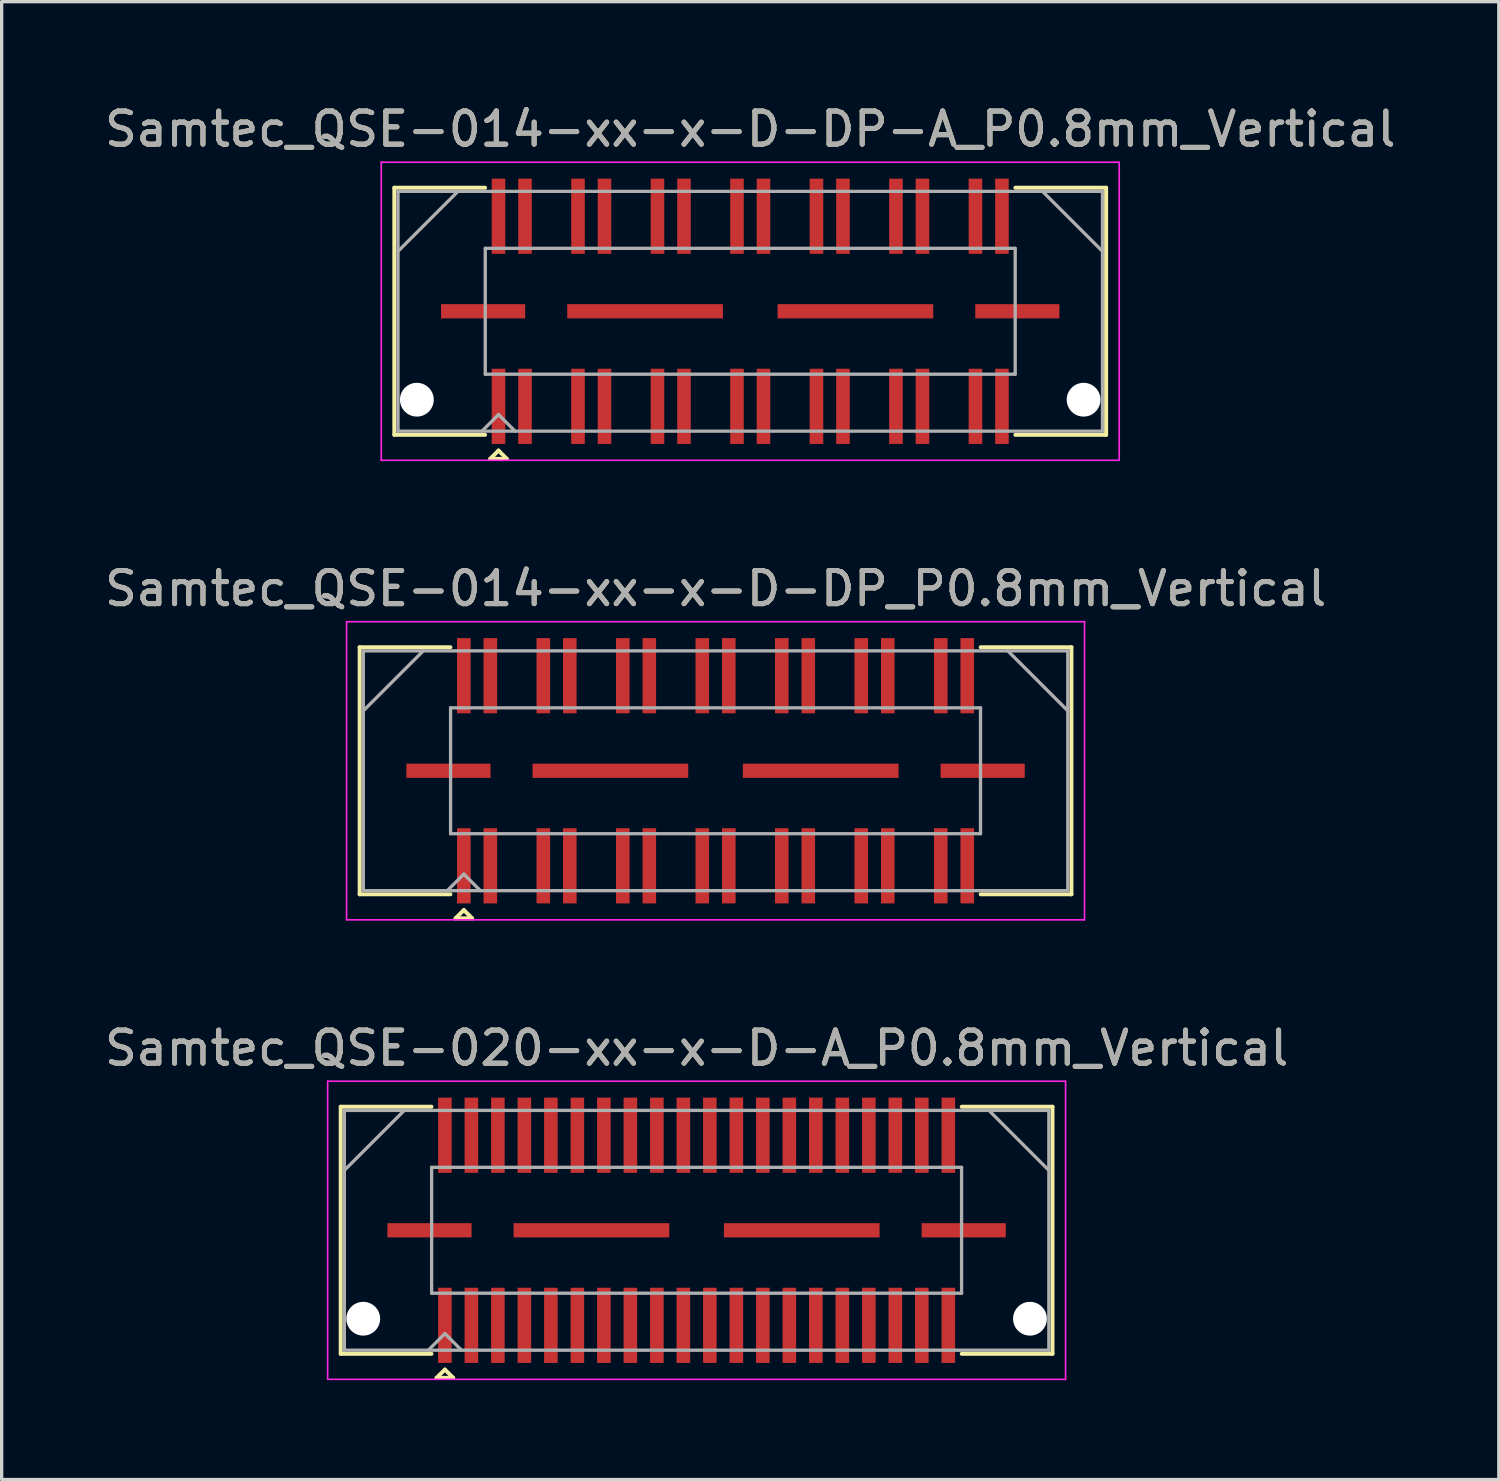
<source format=kicad_pcb>
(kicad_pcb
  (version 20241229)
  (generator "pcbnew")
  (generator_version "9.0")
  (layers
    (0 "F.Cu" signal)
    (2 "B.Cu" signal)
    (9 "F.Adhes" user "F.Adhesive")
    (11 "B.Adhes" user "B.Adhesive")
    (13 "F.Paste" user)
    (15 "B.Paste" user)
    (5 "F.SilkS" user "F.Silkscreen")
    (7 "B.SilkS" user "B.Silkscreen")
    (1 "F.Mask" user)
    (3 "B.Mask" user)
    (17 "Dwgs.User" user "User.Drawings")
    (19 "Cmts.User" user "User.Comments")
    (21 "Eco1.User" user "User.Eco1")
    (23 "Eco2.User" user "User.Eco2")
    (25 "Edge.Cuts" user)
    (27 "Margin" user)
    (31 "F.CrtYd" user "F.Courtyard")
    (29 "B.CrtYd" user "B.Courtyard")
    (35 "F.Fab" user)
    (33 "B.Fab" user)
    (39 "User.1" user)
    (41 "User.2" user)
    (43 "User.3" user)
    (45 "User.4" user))
  (footprint "Samtec_QSE-014-xx-x-D-DP-A_P0.8mm_Vertical"
    (layer "F.Cu")
    (at 19.601 6.348)
    (property "Reference" "Samtec_QSE-014-xx-x-D-DP-A_P0.8mm_Vertical" (at 0 -5.5 0) (layer "F.SilkS") (effects (font (size 1 1) (thickness 0.15))))
    (attr smd)
    (fp_line (start -10.745 -3.73) (end -8.005 -3.73) (stroke (width 0.12) (type solid)) (layer "F.SilkS"))
    (fp_line (start -10.745 3.73) (end -10.745 -3.73) (stroke (width 0.12) (type solid)) (layer "F.SilkS"))
    (fp_line (start -8.005 3.73) (end -10.745 3.73) (stroke (width 0.12) (type solid)) (layer "F.SilkS"))
    (fp_line (start -7.85 4.455) (end -7.6 4.205) (stroke (width 0.12) (type solid)) (layer "F.SilkS"))
    (fp_line (start -7.6 4.205) (end -7.35 4.455) (stroke (width 0.12) (type solid)) (layer "F.SilkS"))
    (fp_line (start -7.35 4.455) (end -7.85 4.455) (stroke (width 0.12) (type solid)) (layer "F.SilkS"))
    (fp_line (start 8.005 3.73) (end 10.745 3.73) (stroke (width 0.12) (type solid)) (layer "F.SilkS"))
    (fp_line (start 10.745 -3.73) (end 8.005 -3.73) (stroke (width 0.12) (type solid)) (layer "F.SilkS"))
    (fp_line (start 10.745 3.73) (end 10.745 -3.73) (stroke (width 0.12) (type solid)) (layer "F.SilkS"))
    (fp_line (start -11.14 -4.5) (end -11.14 4.5) (stroke (width 0.05) (type solid)) (layer "F.CrtYd"))
    (fp_line (start -11.14 4.5) (end 11.14 4.5) (stroke (width 0.05) (type solid)) (layer "F.CrtYd"))
    (fp_line (start 11.14 -4.5) (end -11.14 -4.5) (stroke (width 0.05) (type solid)) (layer "F.CrtYd"))
    (fp_line (start 11.14 4.5) (end 11.14 -4.5) (stroke (width 0.05) (type solid)) (layer "F.CrtYd"))
    (fp_line (start -10.635 -3.62) (end -10.635 3.62) (stroke (width 0.1) (type solid)) (layer "F.Fab"))
    (fp_line (start -10.635 -1.81) (end -8.825 -3.62) (stroke (width 0.1) (type solid)) (layer "F.Fab"))
    (fp_line (start -10.635 3.62) (end 10.635 3.62) (stroke (width 0.1) (type solid)) (layer "F.Fab"))
    (fp_line (start -8.1 3.62) (end -7.6 3.12) (stroke (width 0.1) (type solid)) (layer "F.Fab"))
    (fp_line (start -8 -1.9) (end -8 1.9) (stroke (width 0.1) (type solid)) (layer "F.Fab"))
    (fp_line (start -8 1.9) (end 8 1.9) (stroke (width 0.1) (type solid)) (layer "F.Fab"))
    (fp_line (start -7.6 3.12) (end -7.1 3.62) (stroke (width 0.1) (type solid)) (layer "F.Fab"))
    (fp_line (start 8 -1.9) (end -8 -1.9) (stroke (width 0.1) (type solid)) (layer "F.Fab"))
    (fp_line (start 8 1.9) (end 8 -1.9) (stroke (width 0.1) (type solid)) (layer "F.Fab"))
    (fp_line (start 10.635 -3.62) (end -10.635 -3.62) (stroke (width 0.1) (type solid)) (layer "F.Fab"))
    (fp_line (start 10.635 -1.81) (end 8.825 -3.62) (stroke (width 0.1) (type solid)) (layer "F.Fab"))
    (fp_line (start 10.635 3.62) (end 10.635 -3.62) (stroke (width 0.1) (type solid)) (layer "F.Fab"))
    (fp_text user "${REFERENCE}" (at 0 -5.5 0) (layer "F.Fab") (effects (font (size 1 1) (thickness 0.15))))
    (pad "" np_thru_hole circle (at -10.065 2.67) (size 1.02 1.02) (drill 1.02) (layers "*.Cu" "*.Mask"))
    (pad "" np_thru_hole circle (at 10.065 2.67) (size 1.02 1.02) (drill 1.02) (layers "*.Cu" "*.Mask"))
    (pad "1" smd rect (at -7.6 2.87) (size 0.41 2.27) (layers "F.Cu" "F.Mask" "F.Paste"))
    (pad "2" smd rect (at -7.6 -2.87) (size 0.41 2.27) (layers "F.Cu" "F.Mask" "F.Paste"))
    (pad "3" smd rect (at -6.8 2.87) (size 0.41 2.27) (layers "F.Cu" "F.Mask" "F.Paste"))
    (pad "4" smd rect (at -6.8 -2.87) (size 0.41 2.27) (layers "F.Cu" "F.Mask" "F.Paste"))
    (pad "5" smd rect (at -5.2 2.87) (size 0.41 2.27) (layers "F.Cu" "F.Mask" "F.Paste"))
    (pad "6" smd rect (at -5.2 -2.87) (size 0.41 2.27) (layers "F.Cu" "F.Mask" "F.Paste"))
    (pad "7" smd rect (at -4.4 2.87) (size 0.41 2.27) (layers "F.Cu" "F.Mask" "F.Paste"))
    (pad "8" smd rect (at -4.4 -2.87) (size 0.41 2.27) (layers "F.Cu" "F.Mask" "F.Paste"))
    (pad "9" smd rect (at -2.8 2.87) (size 0.41 2.27) (layers "F.Cu" "F.Mask" "F.Paste"))
    (pad "10" smd rect (at -2.8 -2.87) (size 0.41 2.27) (layers "F.Cu" "F.Mask" "F.Paste"))
    (pad "11" smd rect (at -2 2.87) (size 0.41 2.27) (layers "F.Cu" "F.Mask" "F.Paste"))
    (pad "12" smd rect (at -2 -2.87) (size 0.41 2.27) (layers "F.Cu" "F.Mask" "F.Paste"))
    (pad "13" smd rect (at -0.4 2.87) (size 0.41 2.27) (layers "F.Cu" "F.Mask" "F.Paste"))
    (pad "14" smd rect (at -0.4 -2.87) (size 0.41 2.27) (layers "F.Cu" "F.Mask" "F.Paste"))
    (pad "15" smd rect (at 0.4 2.87) (size 0.41 2.27) (layers "F.Cu" "F.Mask" "F.Paste"))
    (pad "16" smd rect (at 0.4 -2.87) (size 0.41 2.27) (layers "F.Cu" "F.Mask" "F.Paste"))
    (pad "17" smd rect (at 2 2.87) (size 0.41 2.27) (layers "F.Cu" "F.Mask" "F.Paste"))
    (pad "18" smd rect (at 2 -2.87) (size 0.41 2.27) (layers "F.Cu" "F.Mask" "F.Paste"))
    (pad "19" smd rect (at 2.8 2.87) (size 0.41 2.27) (layers "F.Cu" "F.Mask" "F.Paste"))
    (pad "20" smd rect (at 2.8 -2.87) (size 0.41 2.27) (layers "F.Cu" "F.Mask" "F.Paste"))
    (pad "21" smd rect (at 4.4 2.87) (size 0.41 2.27) (layers "F.Cu" "F.Mask" "F.Paste"))
    (pad "22" smd rect (at 4.4 -2.87) (size 0.41 2.27) (layers "F.Cu" "F.Mask" "F.Paste"))
    (pad "23" smd rect (at 5.2 2.87) (size 0.41 2.27) (layers "F.Cu" "F.Mask" "F.Paste"))
    (pad "24" smd rect (at 5.2 -2.87) (size 0.41 2.27) (layers "F.Cu" "F.Mask" "F.Paste"))
    (pad "25" smd rect (at 6.8 2.87) (size 0.41 2.27) (layers "F.Cu" "F.Mask" "F.Paste"))
    (pad "26" smd rect (at 6.8 -2.87) (size 0.41 2.27) (layers "F.Cu" "F.Mask" "F.Paste"))
    (pad "27" smd rect (at 7.6 2.87) (size 0.41 2.27) (layers "F.Cu" "F.Mask" "F.Paste"))
    (pad "28" smd rect (at 7.6 -2.87) (size 0.41 2.27) (layers "F.Cu" "F.Mask" "F.Paste"))
    (pad "29" smd rect (at -8.065 0) (size 2.54 0.43) (layers "F.Cu" "F.Mask" "F.Paste"))
    (pad "30" smd rect (at -3.175 0) (size 4.7 0.43) (layers "F.Cu" "F.Mask" "F.Paste"))
    (pad "31" smd rect (at 3.175 0) (size 4.7 0.43) (layers "F.Cu" "F.Mask" "F.Paste"))
    (pad "32" smd rect (at 8.065 0) (size 2.54 0.43) (layers "F.Cu" "F.Mask" "F.Paste")))
  (footprint "Samtec_QSE-020-xx-x-D-A_P0.8mm_Vertical"
    (layer "F.Cu")
    (at 17.982 34.095)
    (property "Reference" "Samtec_QSE-020-xx-x-D-A_P0.8mm_Vertical" (at 0 -5.5 0) (layer "F.SilkS") (effects (font (size 1 1) (thickness 0.15))))
    (attr smd)
    (fp_line (start -10.745 -3.73) (end -8.005 -3.73) (stroke (width 0.12) (type solid)) (layer "F.SilkS"))
    (fp_line (start -10.745 3.73) (end -10.745 -3.73) (stroke (width 0.12) (type solid)) (layer "F.SilkS"))
    (fp_line (start -8.005 3.73) (end -10.745 3.73) (stroke (width 0.12) (type solid)) (layer "F.SilkS"))
    (fp_line (start -7.85 4.455) (end -7.6 4.205) (stroke (width 0.12) (type solid)) (layer "F.SilkS"))
    (fp_line (start -7.6 4.205) (end -7.35 4.455) (stroke (width 0.12) (type solid)) (layer "F.SilkS"))
    (fp_line (start -7.35 4.455) (end -7.85 4.455) (stroke (width 0.12) (type solid)) (layer "F.SilkS"))
    (fp_line (start 8.005 3.73) (end 10.745 3.73) (stroke (width 0.12) (type solid)) (layer "F.SilkS"))
    (fp_line (start 10.745 -3.73) (end 8.005 -3.73) (stroke (width 0.12) (type solid)) (layer "F.SilkS"))
    (fp_line (start 10.745 3.73) (end 10.745 -3.73) (stroke (width 0.12) (type solid)) (layer "F.SilkS"))
    (fp_line (start -11.14 -4.5) (end -11.14 4.5) (stroke (width 0.05) (type solid)) (layer "F.CrtYd"))
    (fp_line (start -11.14 4.5) (end 11.14 4.5) (stroke (width 0.05) (type solid)) (layer "F.CrtYd"))
    (fp_line (start 11.14 -4.5) (end -11.14 -4.5) (stroke (width 0.05) (type solid)) (layer "F.CrtYd"))
    (fp_line (start 11.14 4.5) (end 11.14 -4.5) (stroke (width 0.05) (type solid)) (layer "F.CrtYd"))
    (fp_line (start -10.635 -3.62) (end -10.635 3.62) (stroke (width 0.1) (type solid)) (layer "F.Fab"))
    (fp_line (start -10.635 -1.81) (end -8.825 -3.62) (stroke (width 0.1) (type solid)) (layer "F.Fab"))
    (fp_line (start -10.635 3.62) (end 10.635 3.62) (stroke (width 0.1) (type solid)) (layer "F.Fab"))
    (fp_line (start -8.1 3.62) (end -7.6 3.12) (stroke (width 0.1) (type solid)) (layer "F.Fab"))
    (fp_line (start -8 -1.9) (end -8 1.9) (stroke (width 0.1) (type solid)) (layer "F.Fab"))
    (fp_line (start -8 1.9) (end 8 1.9) (stroke (width 0.1) (type solid)) (layer "F.Fab"))
    (fp_line (start -7.6 3.12) (end -7.1 3.62) (stroke (width 0.1) (type solid)) (layer "F.Fab"))
    (fp_line (start 8 -1.9) (end -8 -1.9) (stroke (width 0.1) (type solid)) (layer "F.Fab"))
    (fp_line (start 8 1.9) (end 8 -1.9) (stroke (width 0.1) (type solid)) (layer "F.Fab"))
    (fp_line (start 10.635 -3.62) (end -10.635 -3.62) (stroke (width 0.1) (type solid)) (layer "F.Fab"))
    (fp_line (start 10.635 -1.81) (end 8.825 -3.62) (stroke (width 0.1) (type solid)) (layer "F.Fab"))
    (fp_line (start 10.635 3.62) (end 10.635 -3.62) (stroke (width 0.1) (type solid)) (layer "F.Fab"))
    (fp_text user "${REFERENCE}" (at 0 -5.5 0) (layer "F.Fab") (effects (font (size 1 1) (thickness 0.15))))
    (pad "" np_thru_hole circle (at -10.065 2.67) (size 1.02 1.02) (drill 1.02) (layers "*.Cu" "*.Mask"))
    (pad "" np_thru_hole circle (at 10.065 2.67) (size 1.02 1.02) (drill 1.02) (layers "*.Cu" "*.Mask"))
    (pad "1" smd rect (at -7.6 2.87) (size 0.41 2.27) (layers "F.Cu" "F.Mask" "F.Paste"))
    (pad "2" smd rect (at -7.6 -2.87) (size 0.41 2.27) (layers "F.Cu" "F.Mask" "F.Paste"))
    (pad "3" smd rect (at -6.8 2.87) (size 0.41 2.27) (layers "F.Cu" "F.Mask" "F.Paste"))
    (pad "4" smd rect (at -6.8 -2.87) (size 0.41 2.27) (layers "F.Cu" "F.Mask" "F.Paste"))
    (pad "5" smd rect (at -6 2.87) (size 0.41 2.27) (layers "F.Cu" "F.Mask" "F.Paste"))
    (pad "6" smd rect (at -6 -2.87) (size 0.41 2.27) (layers "F.Cu" "F.Mask" "F.Paste"))
    (pad "7" smd rect (at -5.2 2.87) (size 0.41 2.27) (layers "F.Cu" "F.Mask" "F.Paste"))
    (pad "8" smd rect (at -5.2 -2.87) (size 0.41 2.27) (layers "F.Cu" "F.Mask" "F.Paste"))
    (pad "9" smd rect (at -4.4 2.87) (size 0.41 2.27) (layers "F.Cu" "F.Mask" "F.Paste"))
    (pad "10" smd rect (at -4.4 -2.87) (size 0.41 2.27) (layers "F.Cu" "F.Mask" "F.Paste"))
    (pad "11" smd rect (at -3.6 2.87) (size 0.41 2.27) (layers "F.Cu" "F.Mask" "F.Paste"))
    (pad "12" smd rect (at -3.6 -2.87) (size 0.41 2.27) (layers "F.Cu" "F.Mask" "F.Paste"))
    (pad "13" smd rect (at -2.8 2.87) (size 0.41 2.27) (layers "F.Cu" "F.Mask" "F.Paste"))
    (pad "14" smd rect (at -2.8 -2.87) (size 0.41 2.27) (layers "F.Cu" "F.Mask" "F.Paste"))
    (pad "15" smd rect (at -2 2.87) (size 0.41 2.27) (layers "F.Cu" "F.Mask" "F.Paste"))
    (pad "16" smd rect (at -2 -2.87) (size 0.41 2.27) (layers "F.Cu" "F.Mask" "F.Paste"))
    (pad "17" smd rect (at -1.2 2.87) (size 0.41 2.27) (layers "F.Cu" "F.Mask" "F.Paste"))
    (pad "18" smd rect (at -1.2 -2.87) (size 0.41 2.27) (layers "F.Cu" "F.Mask" "F.Paste"))
    (pad "19" smd rect (at -0.4 2.87) (size 0.41 2.27) (layers "F.Cu" "F.Mask" "F.Paste"))
    (pad "20" smd rect (at -0.4 -2.87) (size 0.41 2.27) (layers "F.Cu" "F.Mask" "F.Paste"))
    (pad "21" smd rect (at 0.4 2.87) (size 0.41 2.27) (layers "F.Cu" "F.Mask" "F.Paste"))
    (pad "22" smd rect (at 0.4 -2.87) (size 0.41 2.27) (layers "F.Cu" "F.Mask" "F.Paste"))
    (pad "23" smd rect (at 1.2 2.87) (size 0.41 2.27) (layers "F.Cu" "F.Mask" "F.Paste"))
    (pad "24" smd rect (at 1.2 -2.87) (size 0.41 2.27) (layers "F.Cu" "F.Mask" "F.Paste"))
    (pad "25" smd rect (at 2 2.87) (size 0.41 2.27) (layers "F.Cu" "F.Mask" "F.Paste"))
    (pad "26" smd rect (at 2 -2.87) (size 0.41 2.27) (layers "F.Cu" "F.Mask" "F.Paste"))
    (pad "27" smd rect (at 2.8 2.87) (size 0.41 2.27) (layers "F.Cu" "F.Mask" "F.Paste"))
    (pad "28" smd rect (at 2.8 -2.87) (size 0.41 2.27) (layers "F.Cu" "F.Mask" "F.Paste"))
    (pad "29" smd rect (at 3.6 2.87) (size 0.41 2.27) (layers "F.Cu" "F.Mask" "F.Paste"))
    (pad "30" smd rect (at 3.6 -2.87) (size 0.41 2.27) (layers "F.Cu" "F.Mask" "F.Paste"))
    (pad "31" smd rect (at 4.4 2.87) (size 0.41 2.27) (layers "F.Cu" "F.Mask" "F.Paste"))
    (pad "32" smd rect (at 4.4 -2.87) (size 0.41 2.27) (layers "F.Cu" "F.Mask" "F.Paste"))
    (pad "33" smd rect (at 5.2 2.87) (size 0.41 2.27) (layers "F.Cu" "F.Mask" "F.Paste"))
    (pad "34" smd rect (at 5.2 -2.87) (size 0.41 2.27) (layers "F.Cu" "F.Mask" "F.Paste"))
    (pad "35" smd rect (at 6 2.87) (size 0.41 2.27) (layers "F.Cu" "F.Mask" "F.Paste"))
    (pad "36" smd rect (at 6 -2.87) (size 0.41 2.27) (layers "F.Cu" "F.Mask" "F.Paste"))
    (pad "37" smd rect (at 6.8 2.87) (size 0.41 2.27) (layers "F.Cu" "F.Mask" "F.Paste"))
    (pad "38" smd rect (at 6.8 -2.87) (size 0.41 2.27) (layers "F.Cu" "F.Mask" "F.Paste"))
    (pad "39" smd rect (at 7.6 2.87) (size 0.41 2.27) (layers "F.Cu" "F.Mask" "F.Paste"))
    (pad "40" smd rect (at 7.6 -2.87) (size 0.41 2.27) (layers "F.Cu" "F.Mask" "F.Paste"))
    (pad "P1" smd rect (at -8.065 0) (size 2.54 0.43) (layers "F.Cu" "F.Mask" "F.Paste"))
    (pad "P1" smd rect (at -3.175 0) (size 4.7 0.43) (layers "F.Cu" "F.Mask" "F.Paste"))
    (pad "P1" smd rect (at 3.175 0) (size 4.7 0.43) (layers "F.Cu" "F.Mask" "F.Paste"))
    (pad "P1" smd rect (at 8.065 0) (size 2.54 0.43) (layers "F.Cu" "F.Mask" "F.Paste")))
  (footprint "Samtec_QSE-014-xx-x-D-DP_P0.8mm_Vertical"
    (layer "F.Cu")
    (at 18.554 20.221)
    (property "Reference" "Samtec_QSE-014-xx-x-D-DP_P0.8mm_Vertical" (at 0 -5.5 0) (layer "F.SilkS") (effects (font (size 1 1) (thickness 0.15))))
    (attr smd)
    (fp_line (start -10.745 -3.73) (end -8.005 -3.73) (stroke (width 0.12) (type solid)) (layer "F.SilkS"))
    (fp_line (start -10.745 3.73) (end -10.745 -3.73) (stroke (width 0.12) (type solid)) (layer "F.SilkS"))
    (fp_line (start -8.005 3.73) (end -10.745 3.73) (stroke (width 0.12) (type solid)) (layer "F.SilkS"))
    (fp_line (start -7.85 4.455) (end -7.6 4.205) (stroke (width 0.12) (type solid)) (layer "F.SilkS"))
    (fp_line (start -7.6 4.205) (end -7.35 4.455) (stroke (width 0.12) (type solid)) (layer "F.SilkS"))
    (fp_line (start -7.35 4.455) (end -7.85 4.455) (stroke (width 0.12) (type solid)) (layer "F.SilkS"))
    (fp_line (start 8.005 3.73) (end 10.745 3.73) (stroke (width 0.12) (type solid)) (layer "F.SilkS"))
    (fp_line (start 10.745 -3.73) (end 8.005 -3.73) (stroke (width 0.12) (type solid)) (layer "F.SilkS"))
    (fp_line (start 10.745 3.73) (end 10.745 -3.73) (stroke (width 0.12) (type solid)) (layer "F.SilkS"))
    (fp_line (start -11.14 -4.5) (end -11.14 4.5) (stroke (width 0.05) (type solid)) (layer "F.CrtYd"))
    (fp_line (start -11.14 4.5) (end 11.14 4.5) (stroke (width 0.05) (type solid)) (layer "F.CrtYd"))
    (fp_line (start 11.14 -4.5) (end -11.14 -4.5) (stroke (width 0.05) (type solid)) (layer "F.CrtYd"))
    (fp_line (start 11.14 4.5) (end 11.14 -4.5) (stroke (width 0.05) (type solid)) (layer "F.CrtYd"))
    (fp_line (start -10.635 -3.62) (end -10.635 3.62) (stroke (width 0.1) (type solid)) (layer "F.Fab"))
    (fp_line (start -10.635 -1.81) (end -8.825 -3.62) (stroke (width 0.1) (type solid)) (layer "F.Fab"))
    (fp_line (start -10.635 3.62) (end 10.635 3.62) (stroke (width 0.1) (type solid)) (layer "F.Fab"))
    (fp_line (start -8.1 3.62) (end -7.6 3.12) (stroke (width 0.1) (type solid)) (layer "F.Fab"))
    (fp_line (start -8 -1.9) (end -8 1.9) (stroke (width 0.1) (type solid)) (layer "F.Fab"))
    (fp_line (start -8 1.9) (end 8 1.9) (stroke (width 0.1) (type solid)) (layer "F.Fab"))
    (fp_line (start -7.6 3.12) (end -7.1 3.62) (stroke (width 0.1) (type solid)) (layer "F.Fab"))
    (fp_line (start 8 -1.9) (end -8 -1.9) (stroke (width 0.1) (type solid)) (layer "F.Fab"))
    (fp_line (start 8 1.9) (end 8 -1.9) (stroke (width 0.1) (type solid)) (layer "F.Fab"))
    (fp_line (start 10.635 -3.62) (end -10.635 -3.62) (stroke (width 0.1) (type solid)) (layer "F.Fab"))
    (fp_line (start 10.635 -1.81) (end 8.825 -3.62) (stroke (width 0.1) (type solid)) (layer "F.Fab"))
    (fp_line (start 10.635 3.62) (end 10.635 -3.62) (stroke (width 0.1) (type solid)) (layer "F.Fab"))
    (fp_text user "${REFERENCE}" (at 0 -5.5 0) (layer "F.Fab") (effects (font (size 1 1) (thickness 0.15))))
    (pad "1" smd rect (at -7.6 2.87) (size 0.41 2.27) (layers "F.Cu" "F.Mask" "F.Paste"))
    (pad "2" smd rect (at -7.6 -2.87) (size 0.41 2.27) (layers "F.Cu" "F.Mask" "F.Paste"))
    (pad "3" smd rect (at -6.8 2.87) (size 0.41 2.27) (layers "F.Cu" "F.Mask" "F.Paste"))
    (pad "4" smd rect (at -6.8 -2.87) (size 0.41 2.27) (layers "F.Cu" "F.Mask" "F.Paste"))
    (pad "5" smd rect (at -5.2 2.87) (size 0.41 2.27) (layers "F.Cu" "F.Mask" "F.Paste"))
    (pad "6" smd rect (at -5.2 -2.87) (size 0.41 2.27) (layers "F.Cu" "F.Mask" "F.Paste"))
    (pad "7" smd rect (at -4.4 2.87) (size 0.41 2.27) (layers "F.Cu" "F.Mask" "F.Paste"))
    (pad "8" smd rect (at -4.4 -2.87) (size 0.41 2.27) (layers "F.Cu" "F.Mask" "F.Paste"))
    (pad "9" smd rect (at -2.8 2.87) (size 0.41 2.27) (layers "F.Cu" "F.Mask" "F.Paste"))
    (pad "10" smd rect (at -2.8 -2.87) (size 0.41 2.27) (layers "F.Cu" "F.Mask" "F.Paste"))
    (pad "11" smd rect (at -2 2.87) (size 0.41 2.27) (layers "F.Cu" "F.Mask" "F.Paste"))
    (pad "12" smd rect (at -2 -2.87) (size 0.41 2.27) (layers "F.Cu" "F.Mask" "F.Paste"))
    (pad "13" smd rect (at -0.4 2.87) (size 0.41 2.27) (layers "F.Cu" "F.Mask" "F.Paste"))
    (pad "14" smd rect (at -0.4 -2.87) (size 0.41 2.27) (layers "F.Cu" "F.Mask" "F.Paste"))
    (pad "15" smd rect (at 0.4 2.87) (size 0.41 2.27) (layers "F.Cu" "F.Mask" "F.Paste"))
    (pad "16" smd rect (at 0.4 -2.87) (size 0.41 2.27) (layers "F.Cu" "F.Mask" "F.Paste"))
    (pad "17" smd rect (at 2 2.87) (size 0.41 2.27) (layers "F.Cu" "F.Mask" "F.Paste"))
    (pad "18" smd rect (at 2 -2.87) (size 0.41 2.27) (layers "F.Cu" "F.Mask" "F.Paste"))
    (pad "19" smd rect (at 2.8 2.87) (size 0.41 2.27) (layers "F.Cu" "F.Mask" "F.Paste"))
    (pad "20" smd rect (at 2.8 -2.87) (size 0.41 2.27) (layers "F.Cu" "F.Mask" "F.Paste"))
    (pad "21" smd rect (at 4.4 2.87) (size 0.41 2.27) (layers "F.Cu" "F.Mask" "F.Paste"))
    (pad "22" smd rect (at 4.4 -2.87) (size 0.41 2.27) (layers "F.Cu" "F.Mask" "F.Paste"))
    (pad "23" smd rect (at 5.2 2.87) (size 0.41 2.27) (layers "F.Cu" "F.Mask" "F.Paste"))
    (pad "24" smd rect (at 5.2 -2.87) (size 0.41 2.27) (layers "F.Cu" "F.Mask" "F.Paste"))
    (pad "25" smd rect (at 6.8 2.87) (size 0.41 2.27) (layers "F.Cu" "F.Mask" "F.Paste"))
    (pad "26" smd rect (at 6.8 -2.87) (size 0.41 2.27) (layers "F.Cu" "F.Mask" "F.Paste"))
    (pad "27" smd rect (at 7.6 2.87) (size 0.41 2.27) (layers "F.Cu" "F.Mask" "F.Paste"))
    (pad "28" smd rect (at 7.6 -2.87) (size 0.41 2.27) (layers "F.Cu" "F.Mask" "F.Paste"))
    (pad "P1" smd rect (at -8.065 0) (size 2.54 0.43) (layers "F.Cu" "F.Mask" "F.Paste"))
    (pad "P1" smd rect (at -3.175 0) (size 4.7 0.43) (layers "F.Cu" "F.Mask" "F.Paste"))
    (pad "P1" smd rect (at 3.175 0) (size 4.7 0.43) (layers "F.Cu" "F.Mask" "F.Paste"))
    (pad "P1" smd rect (at 8.065 0) (size 2.54 0.43) (layers "F.Cu" "F.Mask" "F.Paste")))
  (gr_rect
    (start -3 -3)
    (end 42.202 41.62)
    (stroke (width 0.1) (type default))
    (fill no)
    (layer "Edge.Cuts")))
</source>
